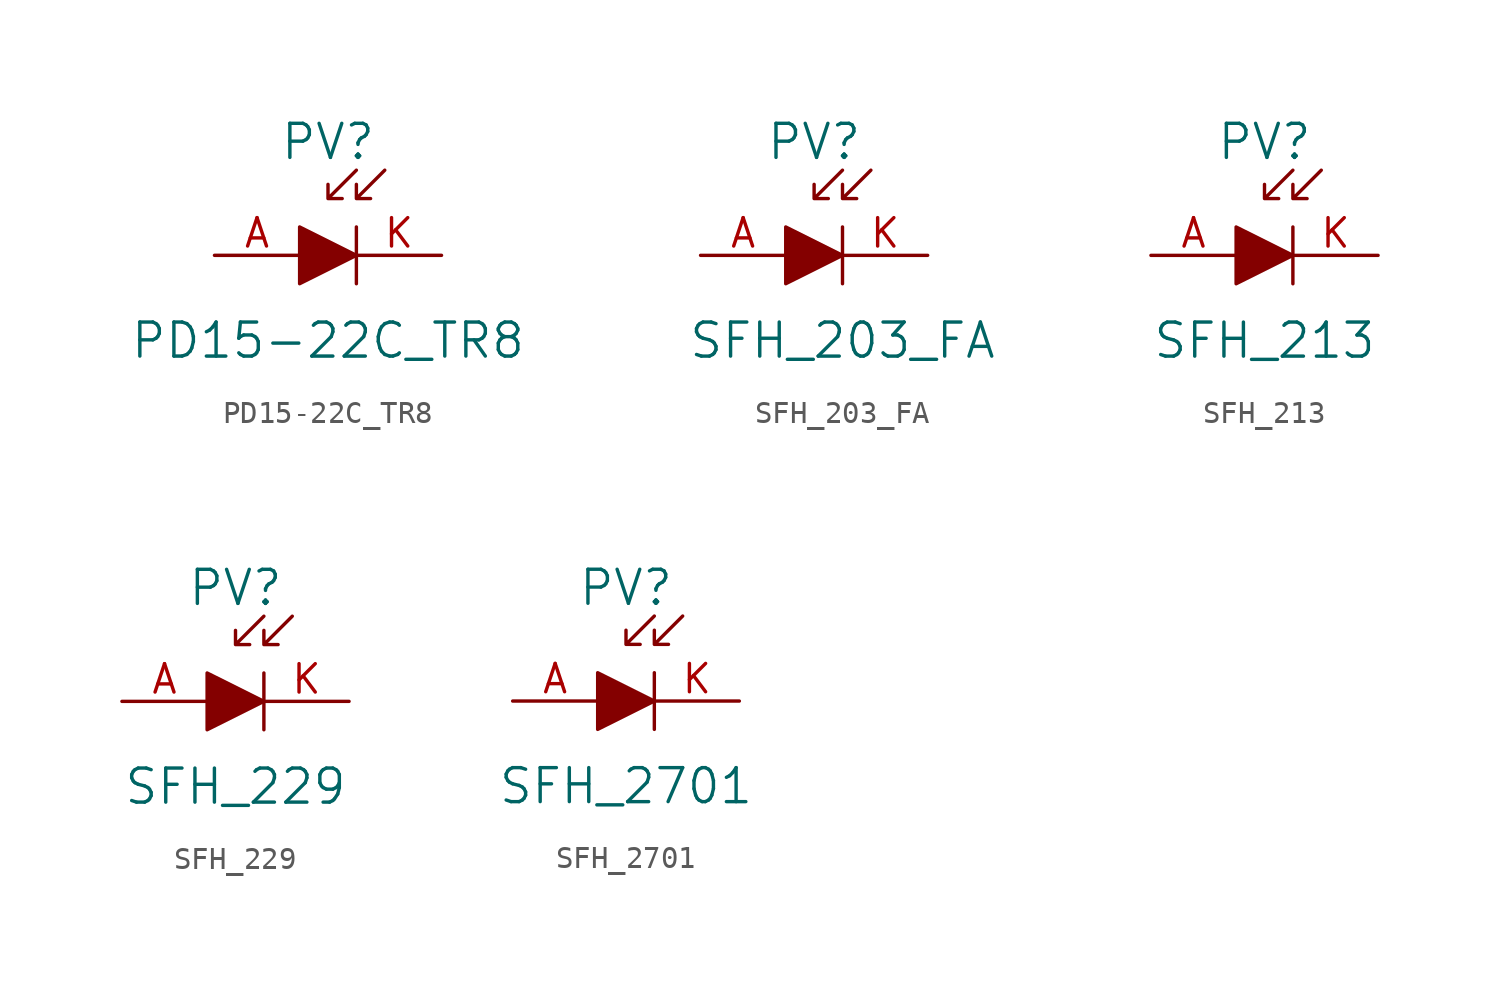
<source format=kicad_sym>
(kicad_symbol_lib
  (version 20201005)
  (generator kicad_symbol_editor)
  (symbol "PD15-22C_TR8"
    (pin_names
      (offset 0))
    (property "Reference" "PV"
      (at 0 5.08 0)
      (effects (font (size 1.524 1.524))))
    (property "Value" "PD15-22C_TR8"
      (at 0 -3.81 0)
      (effects (font (size 1.524 1.524))))
    (symbol "PD15-22C_TR8_0_1"
      (polyline (pts (xy 1.27 1.27) (xy 1.27 -1.27)) (stroke (width 0)) (fill (type none)))
      (polyline (pts (xy -1.27 1.27) (xy -1.27 -1.27) (xy 1.27 0) (xy -1.27 1.27)) (stroke (width 0)) (fill (type outline)))
      (polyline (pts (xy 0 2.54) (xy 0.635 2.54) (xy 0 2.54) (xy 0 3.175) (xy 0 2.54) (xy 1.27 3.81)) (stroke (width 0)) (fill (type none)))
      (polyline (pts (xy 1.27 2.54) (xy 1.27 3.175) (xy 1.27 2.54) (xy 1.905 2.54) (xy 1.27 2.54) (xy 2.54 3.81)) (stroke (width 0)) (fill (type none))))
    (symbol "PD15-22C_TR8_1_1"
      (pin passive line (at -5.08 0 0) (length 3.81) (name "~" (effects (font (size 1.27 1.27)))) (number "A" (effects (font (size 1.27 1.27)))))
      (pin passive line (at 5.08 0 180) (length 3.81) (name "~" (effects (font (size 1.27 1.27)))) (number "K" (effects (font (size 1.27 1.27)))))))
  (symbol "SFH_203_FA"
    (pin_names
      (offset 0))
    (property "Reference" "PV"
      (at 0 5.08 0)
      (effects (font (size 1.524 1.524))))
    (property "Value" "SFH_203_FA"
      (at 1.27 -3.81 0)
      (effects (font (size 1.524 1.524))))
    (symbol "SFH_203_FA_0_1"
      (polyline (pts (xy 1.27 1.27) (xy 1.27 -1.27)) (stroke (width 0)) (fill (type none)))
      (polyline (pts (xy -1.27 1.27) (xy -1.27 -1.27) (xy 1.27 0) (xy -1.27 1.27)) (stroke (width 0)) (fill (type outline)))
      (polyline (pts (xy 0 2.54) (xy 0.635 2.54) (xy 0 2.54) (xy 0 3.175) (xy 0 2.54) (xy 1.27 3.81)) (stroke (width 0)) (fill (type none)))
      (polyline (pts (xy 1.27 2.54) (xy 1.27 3.175) (xy 1.27 2.54) (xy 1.905 2.54) (xy 1.27 2.54) (xy 2.54 3.81)) (stroke (width 0)) (fill (type none))))
    (symbol "SFH_203_FA_1_1"
      (pin passive line (at -5.08 0 0) (length 3.81) (name "~" (effects (font (size 1.27 1.27)))) (number "A" (effects (font (size 1.27 1.27)))))
      (pin passive line (at 5.08 0 180) (length 3.81) (name "~" (effects (font (size 1.27 1.27)))) (number "K" (effects (font (size 1.27 1.27)))))))
  (symbol "SFH_213"
    (pin_names
      (offset 0))
    (property "Reference" "PV"
      (at 0 5.08 0)
      (effects (font (size 1.524 1.524))))
    (property "Value" "SFH_213"
      (at 0 -3.81 0)
      (effects (font (size 1.524 1.524))))
    (symbol "SFH_213_0_1"
      (polyline (pts (xy 1.27 1.27) (xy 1.27 -1.27)) (stroke (width 0)) (fill (type none)))
      (polyline (pts (xy -1.27 1.27) (xy -1.27 -1.27) (xy 1.27 0) (xy -1.27 1.27)) (stroke (width 0)) (fill (type outline)))
      (polyline (pts (xy 0 2.54) (xy 0.635 2.54) (xy 0 2.54) (xy 0 3.175) (xy 0 2.54) (xy 1.27 3.81)) (stroke (width 0)) (fill (type none)))
      (polyline (pts (xy 1.27 2.54) (xy 1.27 3.175) (xy 1.27 2.54) (xy 1.905 2.54) (xy 1.27 2.54) (xy 2.54 3.81)) (stroke (width 0)) (fill (type none))))
    (symbol "SFH_213_1_1"
      (pin passive line (at -5.08 0 0) (length 3.81) (name "~" (effects (font (size 1.27 1.27)))) (number "A" (effects (font (size 1.27 1.27)))))
      (pin passive line (at 5.08 0 180) (length 3.81) (name "~" (effects (font (size 1.27 1.27)))) (number "K" (effects (font (size 1.27 1.27)))))))
  (symbol "SFH_229"
    (pin_names
      (offset 0))
    (property "Reference" "PV"
      (at 0 5.08 0)
      (effects (font (size 1.524 1.524))))
    (property "Value" "SFH_229"
      (at 0 -3.81 0)
      (effects (font (size 1.524 1.524))))
    (symbol "SFH_229_0_1"
      (polyline (pts (xy 1.27 1.27) (xy 1.27 -1.27)) (stroke (width 0)) (fill (type none)))
      (polyline (pts (xy -1.27 1.27) (xy -1.27 -1.27) (xy 1.27 0) (xy -1.27 1.27)) (stroke (width 0)) (fill (type outline)))
      (polyline (pts (xy 0 2.54) (xy 0.635 2.54) (xy 0 2.54) (xy 0 3.175) (xy 0 2.54) (xy 1.27 3.81)) (stroke (width 0)) (fill (type none)))
      (polyline (pts (xy 1.27 2.54) (xy 1.27 3.175) (xy 1.27 2.54) (xy 1.905 2.54) (xy 1.27 2.54) (xy 2.54 3.81)) (stroke (width 0)) (fill (type none))))
    (symbol "SFH_229_1_1"
      (pin passive line (at -5.08 0 0) (length 3.81) (name "~" (effects (font (size 1.27 1.27)))) (number "A" (effects (font (size 1.27 1.27)))))
      (pin passive line (at 5.08 0 180) (length 3.81) (name "~" (effects (font (size 1.27 1.27)))) (number "K" (effects (font (size 1.27 1.27)))))))
  (symbol "SFH_2701"
    (pin_names
      (offset 0))
    (property "Reference" "PV"
      (at 0 5.08 0)
      (effects (font (size 1.524 1.524))))
    (property "Value" "SFH_2701"
      (at 0 -3.81 0)
      (effects (font (size 1.524 1.524))))
    (symbol "SFH_2701_0_1"
      (polyline (pts (xy 1.27 1.27) (xy 1.27 -1.27)) (stroke (width 0)) (fill (type none)))
      (polyline (pts (xy -1.27 1.27) (xy -1.27 -1.27) (xy 1.27 0) (xy -1.27 1.27)) (stroke (width 0)) (fill (type outline)))
      (polyline (pts (xy 0 2.54) (xy 0.635 2.54) (xy 0 2.54) (xy 0 3.175) (xy 0 2.54) (xy 1.27 3.81)) (stroke (width 0)) (fill (type none)))
      (polyline (pts (xy 1.27 2.54) (xy 1.27 3.175) (xy 1.27 2.54) (xy 1.905 2.54) (xy 1.27 2.54) (xy 2.54 3.81)) (stroke (width 0)) (fill (type none))))
    (symbol "SFH_2701_1_1"
      (pin passive line (at -5.08 0 0) (length 3.81) (name "~" (effects (font (size 1.27 1.27)))) (number "A" (effects (font (size 1.27 1.27)))))
      (pin passive line (at 5.08 0 180) (length 3.81) (name "~" (effects (font (size 1.27 1.27)))) (number "K" (effects (font (size 1.27 1.27))))))))
</source>
